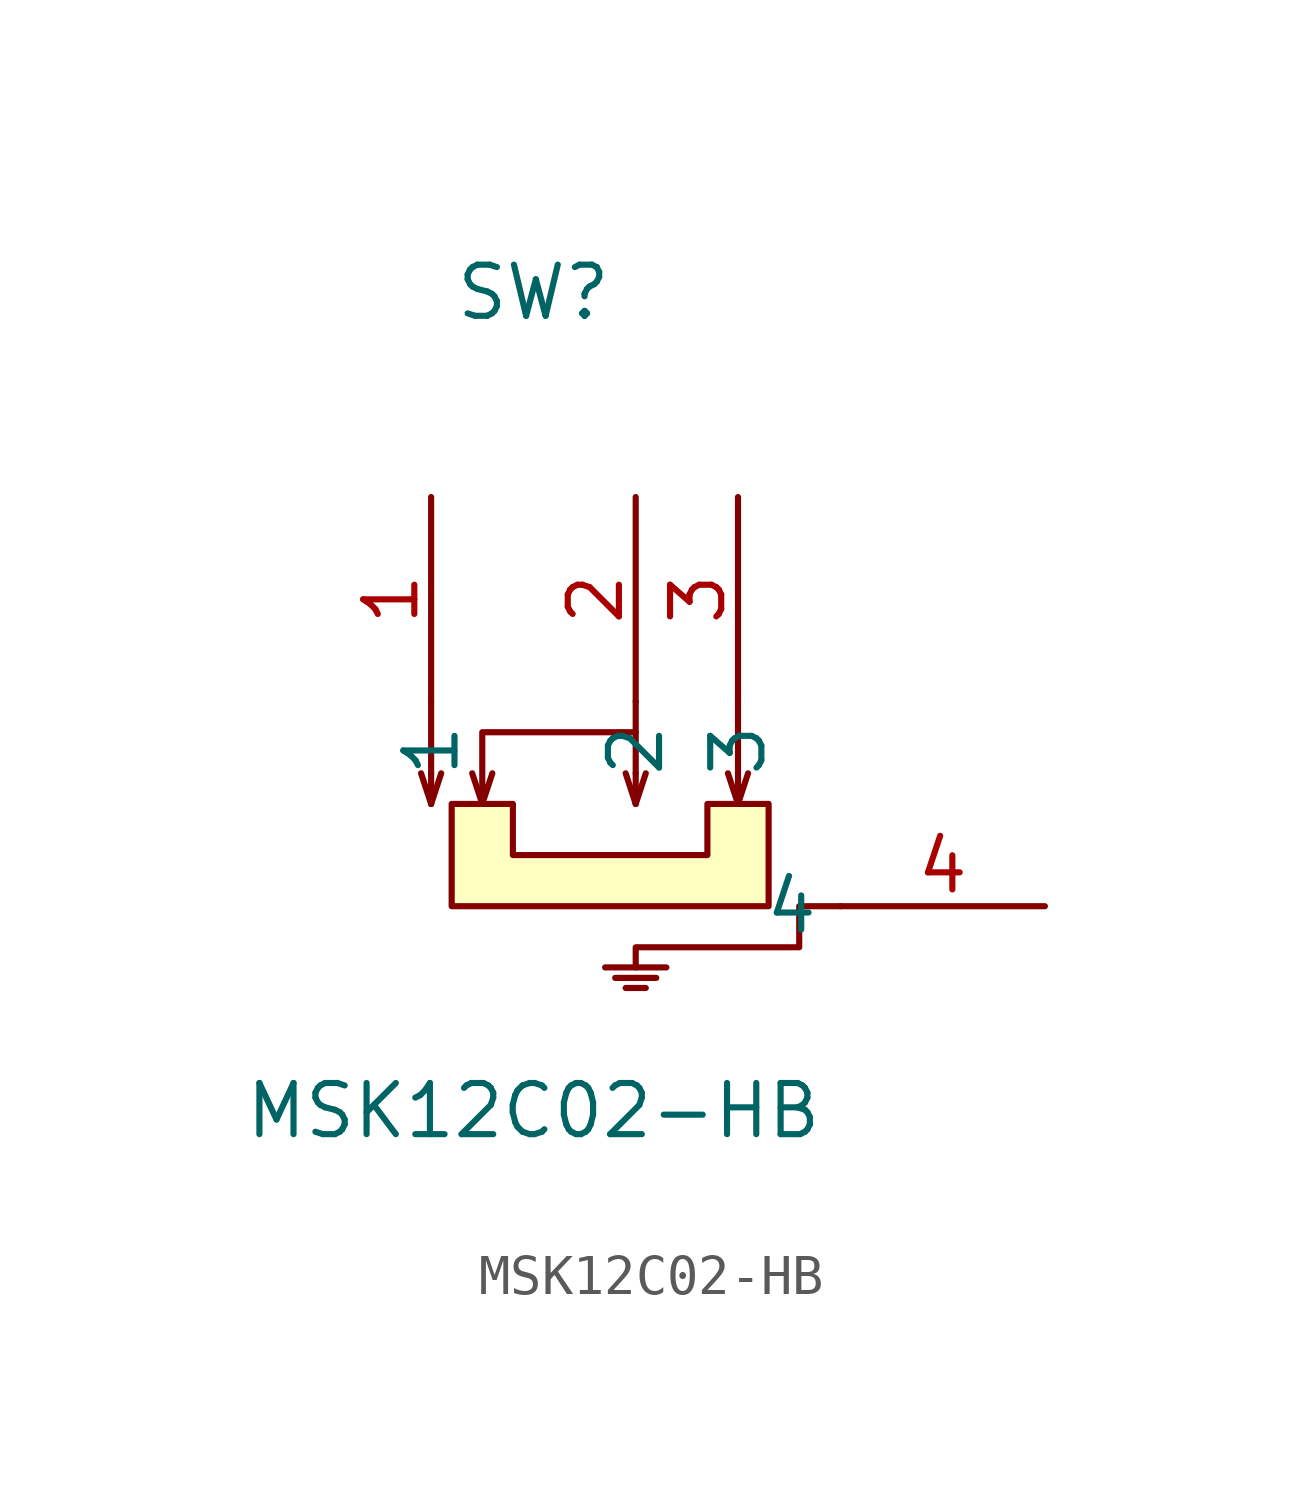
<source format=kicad_sym>
(kicad_symbol_lib
  (version 20211014)
  (generator https://github.com/uPesy/easyeda2kicad.py)
  (symbol "MSK12C02-HB"
    (property "Reference" "SW"
      (at 0 15.24 0)
      (effects (font (size 1.27 1.27))))
    (property "Value" "MSK12C02-HB"
      (at 0 -5.08 0)
      (effects (font (size 1.27 1.27))))
    (symbol "MSK12C02-HB_0_1"
      (polyline (pts (xy 2.54 5.08) (xy 2.54 3.30)) (stroke (width 0) (type default) (color 0 0 0 0)) (fill (type none)))
      (polyline (pts (xy 2.54 3.30) (xy 2.54 2.54)) (stroke (width 0) (type default) (color 0 0 0 0)) (fill (type none)))
      (polyline (pts (xy 2.54 4.32) (xy -1.27 4.32) (xy -1.27 2.54) (xy -1.02 3.30)) (stroke (width 0) (type default) (color 0 0 0 0)) (fill (type none)))
      (polyline (pts (xy -1.27 2.54) (xy -1.52 3.30)) (stroke (width 0) (type default) (color 0 0 0 0)) (fill (type none)))
      (polyline (pts (xy -1.78 2.54) (xy -0.51 2.54) (xy -0.51 1.27) (xy 4.32 1.27) (xy 4.32 2.54) (xy 5.84 2.54) (xy 5.84 -0.00) (xy -2.03 -0.00) (xy -2.03 2.54) (xy -1.78 2.54)) (stroke (width 0) (type default) (color 0 0 0 0)) (fill (type background)))
      (polyline (pts (xy 5.08 5.08) (xy 5.08 2.54) (xy 5.33 3.30)) (stroke (width 0) (type default) (color 0 0 0 0)) (fill (type none)))
      (polyline (pts (xy 5.08 2.54) (xy 4.83 3.30)) (stroke (width 0) (type default) (color 0 0 0 0)) (fill (type none)))
      (polyline (pts (xy 2.54 2.54) (xy 2.79 3.30)) (stroke (width 0) (type default) (color 0 0 0 0)) (fill (type none)))
      (polyline (pts (xy 2.54 2.54) (xy 2.29 3.30)) (stroke (width 0) (type default) (color 0 0 0 0)) (fill (type none)))
      (polyline (pts (xy 7.62 -0.00) (xy 6.60 -0.00) (xy 6.60 -1.02) (xy 2.54 -1.02) (xy 2.54 -1.52)) (stroke (width 0) (type default) (color 0 0 0 0)) (fill (type none)))
      (polyline (pts (xy 1.78 -1.52) (xy 3.30 -1.52)) (stroke (width 0) (type default) (color 0 0 0 0)) (fill (type none)))
      (polyline (pts (xy 2.03 -1.78) (xy 3.05 -1.78)) (stroke (width 0) (type default) (color 0 0 0 0)) (fill (type none)))
      (polyline (pts (xy 2.29 -2.03) (xy 2.79 -2.03)) (stroke (width 0) (type default) (color 0 0 0 0)) (fill (type none)))
      (polyline (pts (xy -2.54 2.54) (xy -2.79 3.30)) (stroke (width 0) (type default) (color 0 0 0 0)) (fill (type none)))
      (polyline (pts (xy -2.54 2.54) (xy -2.29 3.30)) (stroke (width 0) (type default) (color 0 0 0 0)) (fill (type none)))
      (polyline (pts (xy -2.54 3.30) (xy -2.54 2.54)) (stroke (width 0) (type default) (color 0 0 0 0)) (fill (type none)))
      (polyline (pts (xy -2.54 5.08) (xy -2.54 3.30)) (stroke (width 0) (type default) (color 0 0 0 0)) (fill (type none)))
      (pin unspecified line (at -2.54 10.16 270) (length 5.08) (name "1" (effects (font (size 1.27 1.27)))) (number "1" (effects (font (size 1.27 1.27)))))
      (pin unspecified line (at 2.54 10.16 270) (length 5.08) (name "2" (effects (font (size 1.27 1.27)))) (number "2" (effects (font (size 1.27 1.27)))))
      (pin unspecified line (at 5.08 10.16 270) (length 5.08) (name "3" (effects (font (size 1.27 1.27)))) (number "3" (effects (font (size 1.27 1.27)))))
      (pin unspecified line (at 12.70 -0.00 180) (length 5.08) (name "4" (effects (font (size 1.27 1.27)))) (number "4" (effects (font (size 1.27 1.27))))))))
</source>
